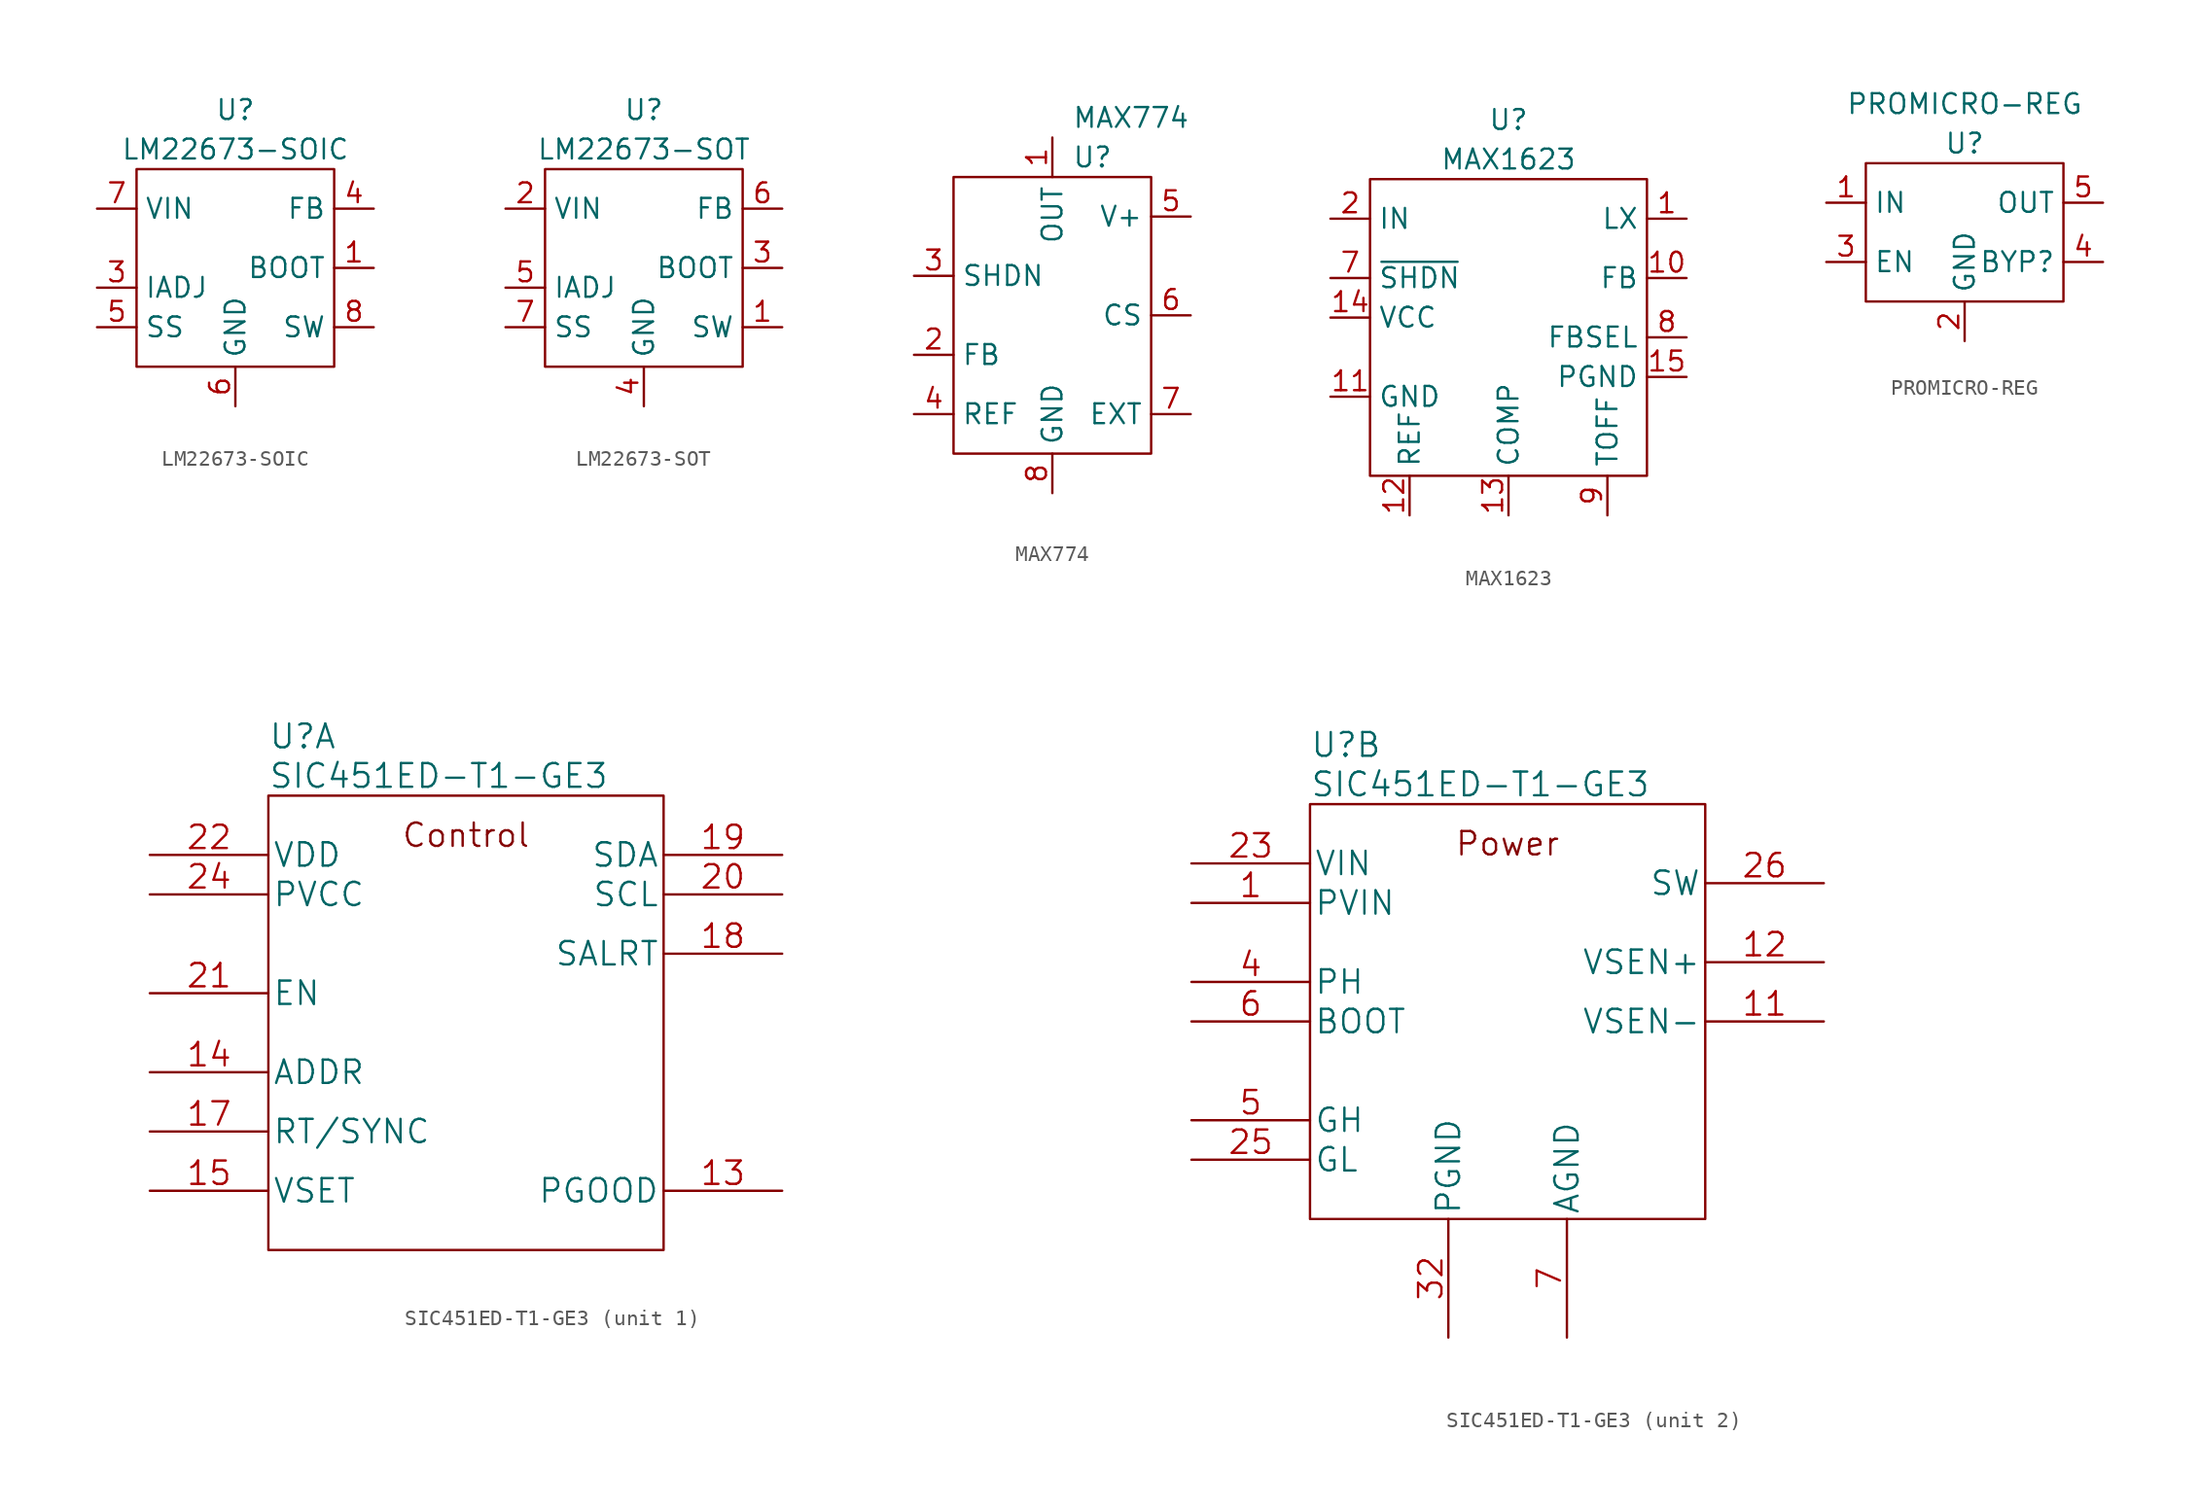
<source format=kicad_sym>
(kicad_symbol_lib
  (version 20211014)
  (generator kicad_symbol_editor)
  (symbol "LM22673-SOIC"
    (property "Reference" "U"
      (at 0 3.81 0)
      (effects (font (size 1.27 1.27))))
    (property "Value" "LM22673-SOIC"
      (at 0 1.27 0)
      (effects (font (size 1.27 1.27))))
    (symbol "LM22673-SOIC_0_0"
      (pin power_in line (at 8.89 -6.35 180) (length 2.54) (name "BOOT" (effects (font (size 1.27 1.27)))) (number "1" (effects (font (size 1.27 1.27)))))
      (pin input line (at -8.89 -7.62 0) (length 2.54) (name "IADJ" (effects (font (size 1.27 1.27)))) (number "3" (effects (font (size 1.27 1.27)))))
      (pin input line (at 8.89 -2.54 180) (length 2.54) (name "FB" (effects (font (size 1.27 1.27)))) (number "4" (effects (font (size 1.27 1.27)))))
      (pin input line (at -8.89 -10.16 0) (length 2.54) (name "SS" (effects (font (size 1.27 1.27)))) (number "5" (effects (font (size 1.27 1.27)))))
      (pin power_in line (at 0 -15.24 90) (length 2.54) (name "GND" (effects (font (size 1.27 1.27)))) (number "6" (effects (font (size 1.27 1.27)))))
      (pin power_in line (at -8.89 -2.54 0) (length 2.54) (name "VIN" (effects (font (size 1.27 1.27)))) (number "7" (effects (font (size 1.27 1.27)))))
      (pin open_collector line (at 8.89 -10.16 180) (length 2.54) (name "SW" (effects (font (size 1.27 1.27)))) (number "8" (effects (font (size 1.27 1.27)))))
      (pin power_in line (at 0 -15.24 90) (length 2.54) hide (name "GND" (effects (font (size 1.27 1.27)))) (number "9" (effects (font (size 1.27 1.27))))))
    (symbol "LM22673-SOIC_0_1"
      (rectangle (start -6.35 0) (end 6.35 -12.7) (stroke (width 0) (type default) (color 0 0 0 0)) (fill (type none)))))
  (symbol "LM22673-SOT"
    (property "Reference" "U"
      (at 0 3.81 0)
      (effects (font (size 1.27 1.27))))
    (property "Value" "LM22673-SOT"
      (at 0 1.27 0)
      (effects (font (size 1.27 1.27))))
    (symbol "LM22673-SOT_0_0"
      (pin open_collector line (at 8.89 -10.16 180) (length 2.54) (name "SW" (effects (font (size 1.27 1.27)))) (number "1" (effects (font (size 1.27 1.27)))))
      (pin power_in line (at -8.89 -2.54 0) (length 2.54) (name "VIN" (effects (font (size 1.27 1.27)))) (number "2" (effects (font (size 1.27 1.27)))))
      (pin input line (at 8.89 -6.35 180) (length 2.54) (name "BOOT" (effects (font (size 1.27 1.27)))) (number "3" (effects (font (size 1.27 1.27)))))
      (pin power_in line (at 0 -15.24 90) (length 2.54) (name "GND" (effects (font (size 1.27 1.27)))) (number "4" (effects (font (size 1.27 1.27)))))
      (pin input line (at -8.89 -7.62 0) (length 2.54) (name "IADJ" (effects (font (size 1.27 1.27)))) (number "5" (effects (font (size 1.27 1.27)))))
      (pin input line (at 8.89 -2.54 180) (length 2.54) (name "FB" (effects (font (size 1.27 1.27)))) (number "6" (effects (font (size 1.27 1.27)))))
      (pin input line (at -8.89 -10.16 0) (length 2.54) (name "SS" (effects (font (size 1.27 1.27)))) (number "7" (effects (font (size 1.27 1.27))))))
    (symbol "LM22673-SOT_0_1"
      (rectangle (start -6.35 0) (end 6.35 -12.7) (stroke (width 0) (type default) (color 0 0 0 0)) (fill (type none)))))
  (symbol "MAX774"
    (property "Reference" "U"
      (at 1.27 10.16 0)
      (effects (font (size 1.27 1.27)) (justify left)))
    (property "Value" "MAX774"
      (at 1.27 12.7 0)
      (effects (font (size 1.27 1.27)) (justify left)))
    (symbol "MAX774_0_0"
      (pin unspecified line (at 0 11.43 270) (length 2.54) (name "OUT" (effects (font (size 1.27 1.27)))) (number "1" (effects (font (size 1.27 1.27)))))
      (pin unspecified line (at -8.89 -2.54 0) (length 2.54) (name "FB" (effects (font (size 1.27 1.27)))) (number "2" (effects (font (size 1.27 1.27)))))
      (pin unspecified line (at -8.89 2.54 0) (length 2.54) (name "SHDN" (effects (font (size 1.27 1.27)))) (number "3" (effects (font (size 1.27 1.27)))))
      (pin unspecified line (at -8.89 -6.35 0) (length 2.54) (name "REF" (effects (font (size 1.27 1.27)))) (number "4" (effects (font (size 1.27 1.27)))))
      (pin unspecified line (at 8.89 6.35 180) (length 2.54) (name "V+" (effects (font (size 1.27 1.27)))) (number "5" (effects (font (size 1.27 1.27)))))
      (pin unspecified line (at 8.89 0 180) (length 2.54) (name "CS" (effects (font (size 1.27 1.27)))) (number "6" (effects (font (size 1.27 1.27)))))
      (pin unspecified line (at 8.89 -6.35 180) (length 2.54) (name "EXT" (effects (font (size 1.27 1.27)))) (number "7" (effects (font (size 1.27 1.27)))))
      (pin unspecified line (at 0 -11.43 90) (length 2.54) (name "GND" (effects (font (size 1.27 1.27)))) (number "8" (effects (font (size 1.27 1.27))))))
    (symbol "MAX774_0_1"
      (rectangle (start -6.35 8.89) (end 6.35 -8.89) (stroke (width 0) (type default) (color 0 0 0 0)) (fill (type none)))))
  (symbol "MAX1623"
    (property "Reference" "U"
      (at 8.89 3.81 0)
      (effects (font (size 1.27 1.27))))
    (property "Value" "MAX1623"
      (at 8.89 1.27 0)
      (effects (font (size 1.27 1.27))))
    (symbol "MAX1623_0_0"
      (pin unspecified line (at 20.32 -2.54 180) (length 2.54) (name "LX" (effects (font (size 1.27 1.27)))) (number "1" (effects (font (size 1.27 1.27)))))
      (pin unspecified line (at 20.32 -6.35 180) (length 2.54) (name "FB" (effects (font (size 1.27 1.27)))) (number "10" (effects (font (size 1.27 1.27)))))
      (pin unspecified line (at -2.54 -13.97 0) (length 2.54) (name "GND" (effects (font (size 1.27 1.27)))) (number "11" (effects (font (size 1.27 1.27)))))
      (pin unspecified line (at 2.54 -21.59 90) (length 2.54) (name "REF" (effects (font (size 1.27 1.27)))) (number "12" (effects (font (size 1.27 1.27)))))
      (pin unspecified line (at 8.89 -21.59 90) (length 2.54) (name "COMP" (effects (font (size 1.27 1.27)))) (number "13" (effects (font (size 1.27 1.27)))))
      (pin unspecified line (at -2.54 -8.89 0) (length 2.54) (name "VCC" (effects (font (size 1.27 1.27)))) (number "14" (effects (font (size 1.27 1.27)))))
      (pin unspecified line (at 20.32 -12.7 180) (length 2.54) (name "PGND" (effects (font (size 1.27 1.27)))) (number "15" (effects (font (size 1.27 1.27)))))
      (pin unspecified line (at 20.32 -2.54 180) (length 2.54) hide (name "LX" (effects (font (size 1.27 1.27)))) (number "16" (effects (font (size 1.27 1.27)))))
      (pin unspecified line (at 20.32 -12.7 180) (length 2.54) hide (name "PGND" (effects (font (size 1.27 1.27)))) (number "17" (effects (font (size 1.27 1.27)))))
      (pin unspecified line (at 20.32 -2.54 180) (length 2.54) hide (name "LX" (effects (font (size 1.27 1.27)))) (number "18" (effects (font (size 1.27 1.27)))))
      (pin unspecified line (at 20.32 -12.7 180) (length 2.54) hide (name "PGND" (effects (font (size 1.27 1.27)))) (number "19" (effects (font (size 1.27 1.27)))))
      (pin unspecified line (at -2.54 -2.54 0) (length 2.54) (name "IN" (effects (font (size 1.27 1.27)))) (number "2" (effects (font (size 1.27 1.27)))))
      (pin unspecified line (at 20.32 -2.54 180) (length 2.54) hide (name "LX" (effects (font (size 1.27 1.27)))) (number "20" (effects (font (size 1.27 1.27)))))
      (pin unspecified line (at 20.32 -2.54 180) (length 2.54) hide (name "LX" (effects (font (size 1.27 1.27)))) (number "3" (effects (font (size 1.27 1.27)))))
      (pin unspecified line (at -2.54 -2.54 0) (length 2.54) hide (name "IN" (effects (font (size 1.27 1.27)))) (number "4" (effects (font (size 1.27 1.27)))))
      (pin unspecified line (at 20.32 -2.54 180) (length 2.54) hide (name "LX" (effects (font (size 1.27 1.27)))) (number "5" (effects (font (size 1.27 1.27)))))
      (pin unspecified line (at -2.54 -2.54 0) (length 2.54) hide (name "IN" (effects (font (size 1.27 1.27)))) (number "6" (effects (font (size 1.27 1.27)))))
      (pin unspecified line (at -2.54 -6.35 0) (length 2.54) (name "~{SHDN}" (effects (font (size 1.27 1.27)))) (number "7" (effects (font (size 1.27 1.27)))))
      (pin unspecified line (at 20.32 -10.16 180) (length 2.54) (name "FBSEL" (effects (font (size 1.27 1.27)))) (number "8" (effects (font (size 1.27 1.27)))))
      (pin unspecified line (at 15.24 -21.59 90) (length 2.54) (name "TOFF" (effects (font (size 1.27 1.27)))) (number "9" (effects (font (size 1.27 1.27))))))
    (symbol "MAX1623_0_1"
      (rectangle (start 0 0) (end 17.78 -19.05) (stroke (width 0) (type default) (color 0 0 0 0)) (fill (type none)))))
  (symbol "PROMICRO-REG"
    (property "Reference" "U"
      (at 0 1.27 0)
      (effects (font (size 1.27 1.27))))
    (property "Value" "PROMICRO-REG"
      (at 0 3.81 0)
      (effects (font (size 1.27 1.27))))
    (symbol "PROMICRO-REG_0_0"
      (pin power_in line (at -8.89 -2.54 0) (length 2.54) (name "IN" (effects (font (size 1.27 1.27)))) (number "1" (effects (font (size 1.27 1.27)))))
      (pin power_in line (at 0 -11.43 90) (length 2.54) (name "GND" (effects (font (size 1.27 1.27)))) (number "2" (effects (font (size 1.27 1.27)))))
      (pin input line (at -8.89 -6.35 0) (length 2.54) (name "EN" (effects (font (size 1.27 1.27)))) (number "3" (effects (font (size 1.27 1.27)))))
      (pin passive line (at 8.89 -6.35 180) (length 2.54) (name "BYP?" (effects (font (size 1.27 1.27)))) (number "4" (effects (font (size 1.27 1.27)))))
      (pin power_out line (at 8.89 -2.54 180) (length 2.54) (name "OUT" (effects (font (size 1.27 1.27)))) (number "5" (effects (font (size 1.27 1.27))))))
    (symbol "PROMICRO-REG_0_1"
      (rectangle (start -6.35 0) (end 6.35 -8.89) (stroke (width 0) (type default) (color 0 0 0 0)) (fill (type none)))))
  (symbol "SIC451ED-T1-GE3"
    (pin_names
      (offset 0.254))
    (property "Reference" "U"
      (at 0 3.81 0)
      (effects (font (size 1.524 1.524)) (justify left)))
    (property "Value" "SIC451ED-T1-GE3"
      (at 0 1.27 0)
      (effects (font (size 1.524 1.524)) (justify left)))
    (property "ki_locked" ""
      (at 0 0 0)
      (effects (font (size 1.27 1.27))))
    (symbol "SIC451ED-T1-GE3_0_1"
      (pin no_connect line (at 44.45 3.81 180) (length 7.62) hide (name "NC" (effects (font (size 1.499 1.499)))) (number "10" (effects (font (size 1.499 1.499)))))
      (pin no_connect line (at 44.45 1.27 180) (length 7.62) hide (name "NC" (effects (font (size 1.499 1.499)))) (number "8" (effects (font (size 1.499 1.499)))))
      (pin no_connect line (at 44.45 2.54 180) (length 7.62) hide (name "NC" (effects (font (size 1.499 1.499)))) (number "9" (effects (font (size 1.499 1.499))))))
    (symbol "SIC451ED-T1-GE3_1_0"
      (text "Control" (at 12.7 -2.54 0) (effects (font (size 1.5 1.5)))))
    (symbol "SIC451ED-T1-GE3_1_1"
      (rectangle (start 0 0) (end 25.4 -29.21) (stroke (width 0) (type default) (color 0 0 0 0)) (fill (type none)))
      (pin output line (at 33.02 -25.4 180) (length 7.62) (name "PGOOD" (effects (font (size 1.499 1.499)))) (number "13" (effects (font (size 1.499 1.499)))))
      (pin input line (at -7.62 -17.78 0) (length 7.62) (name "ADDR" (effects (font (size 1.499 1.499)))) (number "14" (effects (font (size 1.499 1.499)))))
      (pin input line (at -7.62 -25.4 0) (length 7.62) (name "VSET" (effects (font (size 1.499 1.499)))) (number "15" (effects (font (size 1.499 1.499)))))
      (pin input line (at -7.62 -21.59 0) (length 7.62) (name "RT/SYNC" (effects (font (size 1.499 1.499)))) (number "17" (effects (font (size 1.499 1.499)))))
      (pin output line (at 33.02 -10.16 180) (length 7.62) (name "SALRT" (effects (font (size 1.499 1.499)))) (number "18" (effects (font (size 1.499 1.499)))))
      (pin bidirectional line (at 33.02 -3.81 180) (length 7.62) (name "SDA" (effects (font (size 1.499 1.499)))) (number "19" (effects (font (size 1.499 1.499)))))
      (pin input line (at 33.02 -6.35 180) (length 7.62) (name "SCL" (effects (font (size 1.499 1.499)))) (number "20" (effects (font (size 1.499 1.499)))))
      (pin input line (at -7.62 -12.7 0) (length 7.62) (name "EN" (effects (font (size 1.499 1.499)))) (number "21" (effects (font (size 1.499 1.499)))))
      (pin power_in line (at -7.62 -3.81 0) (length 7.62) (name "VDD" (effects (font (size 1.499 1.499)))) (number "22" (effects (font (size 1.499 1.499)))))
      (pin power_in line (at -7.62 -6.35 0) (length 7.62) (name "PVCC" (effects (font (size 1.499 1.499)))) (number "24" (effects (font (size 1.499 1.499))))))
    (symbol "SIC451ED-T1-GE3_2_0"
      (text "Power" (at 12.7 -2.54 0) (effects (font (size 1.5 1.5)))))
    (symbol "SIC451ED-T1-GE3_2_1"
      (rectangle (start 0 0) (end 25.4 -26.67) (stroke (width 0) (type default) (color 0 0 0 0)) (fill (type none)))
      (pin power_in line (at -7.62 -6.35 0) (length 7.62) (name "PVIN" (effects (font (size 1.499 1.499)))) (number "1" (effects (font (size 1.499 1.499)))))
      (pin input line (at 33.02 -13.97 180) (length 7.62) (name "VSEN-" (effects (font (size 1.499 1.499)))) (number "11" (effects (font (size 1.499 1.499)))))
      (pin input line (at 33.02 -10.16 180) (length 7.62) (name "VSEN+" (effects (font (size 1.499 1.499)))) (number "12" (effects (font (size 1.499 1.499)))))
      (pin power_in line (at 16.51 -34.29 90) (length 7.62) hide (name "AGND" (effects (font (size 1.499 1.499)))) (number "16" (effects (font (size 1.499 1.499)))))
      (pin power_in line (at -7.62 -6.35 0) (length 7.62) hide (name "PVIN" (effects (font (size 1.499 1.499)))) (number "2" (effects (font (size 1.499 1.499)))))
      (pin power_in line (at -7.62 -3.81 0) (length 7.62) (name "VIN" (effects (font (size 1.499 1.499)))) (number "23" (effects (font (size 1.499 1.499)))))
      (pin unspecified line (at -7.62 -22.86 0) (length 7.62) (name "GL" (effects (font (size 1.499 1.499)))) (number "25" (effects (font (size 1.499 1.499)))))
      (pin unspecified line (at 33.02 -5.08 180) (length 7.62) (name "SW" (effects (font (size 1.499 1.499)))) (number "26" (effects (font (size 1.499 1.499)))))
      (pin unspecified line (at 33.02 -5.08 180) (length 7.62) hide (name "SW" (effects (font (size 1.499 1.499)))) (number "27" (effects (font (size 1.499 1.499)))))
      (pin unspecified line (at 33.02 -5.08 180) (length 7.62) hide (name "SW" (effects (font (size 1.499 1.499)))) (number "28" (effects (font (size 1.499 1.499)))))
      (pin unspecified line (at 33.02 -5.08 180) (length 7.62) hide (name "SW" (effects (font (size 1.499 1.499)))) (number "29" (effects (font (size 1.499 1.499)))))
      (pin power_in line (at -7.62 -6.35 0) (length 7.62) hide (name "PVIN" (effects (font (size 1.499 1.499)))) (number "3" (effects (font (size 1.499 1.499)))))
      (pin unspecified line (at 33.02 -5.08 180) (length 7.62) hide (name "SW" (effects (font (size 1.499 1.499)))) (number "30" (effects (font (size 1.499 1.499)))))
      (pin unspecified line (at 33.02 -5.08 180) (length 7.62) hide (name "SW" (effects (font (size 1.499 1.499)))) (number "31" (effects (font (size 1.499 1.499)))))
      (pin power_in line (at 8.89 -34.29 90) (length 7.62) (name "PGND" (effects (font (size 1.499 1.499)))) (number "32" (effects (font (size 1.499 1.499)))))
      (pin power_in line (at 8.89 -34.29 90) (length 7.62) hide (name "PGND" (effects (font (size 1.499 1.499)))) (number "33" (effects (font (size 1.499 1.499)))))
      (pin power_in line (at -7.62 -6.35 0) (length 7.62) hide (name "PVIN" (effects (font (size 1.499 1.499)))) (number "34" (effects (font (size 1.499 1.499)))))
      (pin power_in line (at -7.62 -11.43 0) (length 7.62) (name "PH" (effects (font (size 1.499 1.499)))) (number "4" (effects (font (size 1.499 1.499)))))
      (pin power_in line (at -7.62 -20.32 0) (length 7.62) (name "GH" (effects (font (size 1.499 1.499)))) (number "5" (effects (font (size 1.499 1.499)))))
      (pin power_in line (at -7.62 -13.97 0) (length 7.62) (name "BOOT" (effects (font (size 1.499 1.499)))) (number "6" (effects (font (size 1.499 1.499)))))
      (pin power_in line (at 16.51 -34.29 90) (length 7.62) (name "AGND" (effects (font (size 1.499 1.499)))) (number "7" (effects (font (size 1.499 1.499))))))))
</source>
